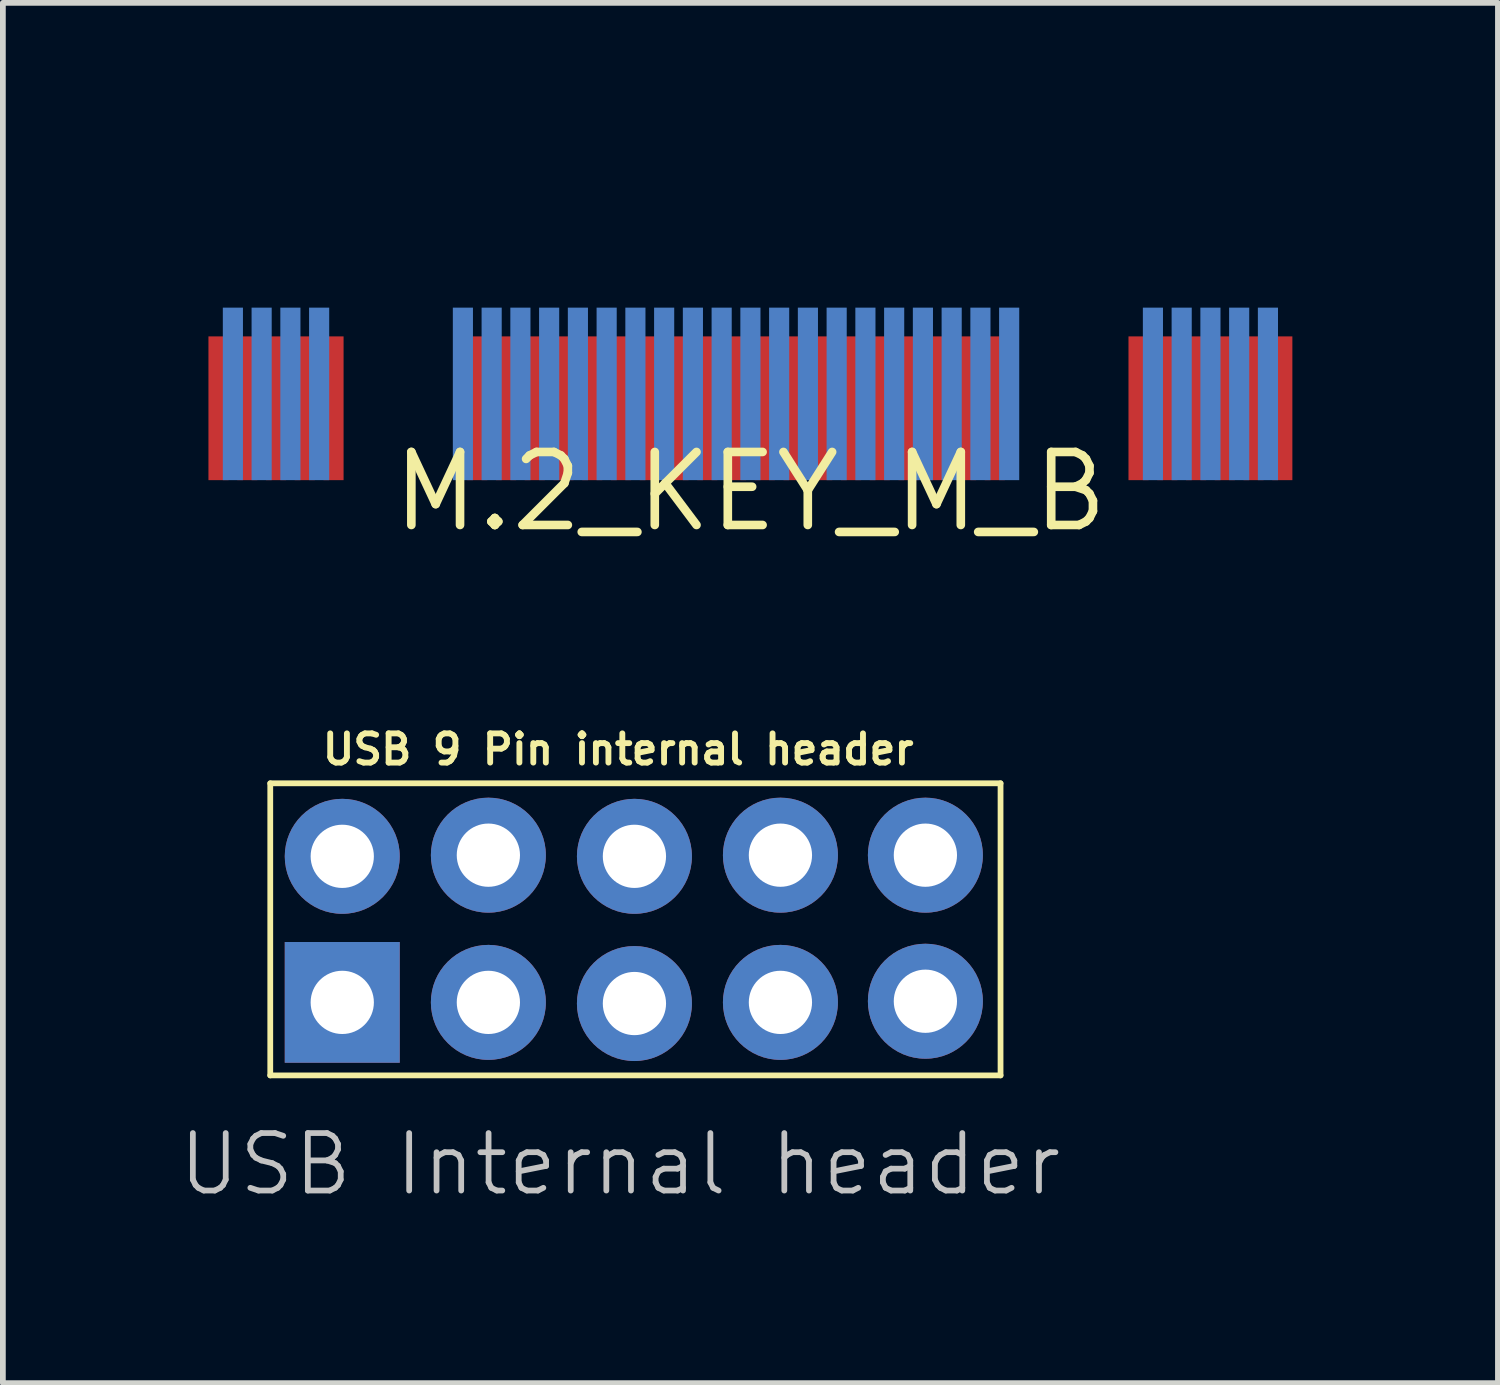
<source format=kicad_pcb>
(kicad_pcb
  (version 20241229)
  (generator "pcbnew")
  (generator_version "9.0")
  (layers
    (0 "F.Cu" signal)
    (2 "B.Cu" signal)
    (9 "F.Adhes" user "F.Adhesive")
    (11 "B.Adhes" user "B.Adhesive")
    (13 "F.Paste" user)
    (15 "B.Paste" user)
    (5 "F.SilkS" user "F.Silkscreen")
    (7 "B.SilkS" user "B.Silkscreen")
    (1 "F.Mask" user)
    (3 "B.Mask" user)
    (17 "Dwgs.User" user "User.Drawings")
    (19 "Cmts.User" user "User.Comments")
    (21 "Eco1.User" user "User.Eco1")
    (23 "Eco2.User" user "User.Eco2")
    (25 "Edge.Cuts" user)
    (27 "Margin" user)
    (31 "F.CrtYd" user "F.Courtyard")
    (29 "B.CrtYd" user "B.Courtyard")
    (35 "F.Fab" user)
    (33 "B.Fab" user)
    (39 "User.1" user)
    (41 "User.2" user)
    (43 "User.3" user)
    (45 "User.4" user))
  (footprint "USB 9 Pin internal header"
    (layer "F.Cu")
    (at 7.95 13.182)
    (property "Reference" "USB 9 Pin internal header" (at -0.25 -3.2 0) (unlocked yes) (layer "F.SilkS") (effects (font (size 0.508 0.508) (thickness 0.102) (bold yes))))
    (attr through_hole)
    (fp_line (start -6.3 -2.61) (end 6.4 -2.61) (stroke (width 0.1) (type solid)) (layer "F.SilkS"))
    (fp_line (start -6.3 2.47) (end -6.3 -2.61) (stroke (width 0.1) (type solid)) (layer "F.SilkS"))
    (fp_line (start 6.4 -2.61) (end 6.4 2.47) (stroke (width 0.1) (type solid)) (layer "F.SilkS"))
    (fp_line (start 6.4 2.47) (end -6.3 2.47) (stroke (width 0.1) (type solid)) (layer "F.SilkS"))
    (fp_text user "USB Internal header" (at -7.95 4.6 0) (unlocked yes) (layer "Dwgs.User") (effects (font (size 1 1) (thickness 0.1)) (justify left bottom)))
    (pad "1" thru_hole rect (at -5.048 1.2) (size 2 2.1) (drill 1.1) (layers "*.Cu" "*.Mask"))
    (pad "2" thru_hole circle (at -5.048 -1.34) (size 2 2) (drill 1.1) (layers "*.Cu" "*.Mask"))
    (pad "3" thru_hole circle (at -2.507 1.2) (size 2 2) (drill 1.1) (layers "*.Cu" "*.Mask"))
    (pad "4" thru_hole circle (at -2.507 -1.36) (size 2 2) (drill 1.1) (layers "*.Cu" "*.Mask"))
    (pad "5" thru_hole circle (at 0.033 1.22) (size 2 2) (drill 1.1) (layers "*.Cu" "*.Mask"))
    (pad "6" thru_hole circle (at 0.033 -1.34) (size 2 2) (drill 1.1) (layers "*.Cu" "*.Mask"))
    (pad "7" thru_hole circle (at 2.572 1.2) (size 2 2) (drill 1.1) (layers "*.Cu" "*.Mask"))
    (pad "8" thru_hole circle (at 2.572 -1.36) (size 2 2) (drill 1.1) (layers "*.Cu" "*.Mask"))
    (pad "9" thru_hole circle (at 5.093 1.18) (size 2 2) (drill 1.1) (layers "*.Cu" "*.Mask"))
    (pad "10" thru_hole circle (at 5.093 -1.36) (size 2 2) (drill 1.1) (layers "*.Cu" "*.Mask")))
  (footprint "M.2_KEY_M_B"
    (layer "F.Cu")
    (at 10 5.5)
    (property "Reference" "M.2_KEY_M_B" (at 0 0 0) (layer "F.SilkS") (effects (font (size 1.27 1.27) (thickness 0.15))))
    (attr through_hole)
    (pad "1" connect rect (at 9.25 -1.45) (size 0.35 2.5) (layers "F.Cu" "F.Mask"))
    (pad "2" connect rect (at 9 -1.7) (size 0.35 3) (layers "B.Cu" "B.Mask"))
    (pad "3" connect rect (at 8.75 -1.45) (size 0.35 2.5) (layers "F.Cu" "F.Mask"))
    (pad "4" connect rect (at 8.5 -1.7) (size 0.35 3) (layers "B.Cu" "B.Mask"))
    (pad "5" connect rect (at 8.25 -1.45) (size 0.35 2.5) (layers "F.Cu" "F.Mask"))
    (pad "6" connect rect (at 8 -1.7) (size 0.35 3) (layers "B.Cu" "B.Mask"))
    (pad "7" connect rect (at 7.75 -1.45) (size 0.35 2.5) (layers "F.Cu" "F.Mask"))
    (pad "8" connect rect (at 7.5 -1.7) (size 0.35 3) (layers "B.Cu" "B.Mask"))
    (pad "9" connect rect (at 7.25 -1.45) (size 0.35 2.5) (layers "F.Cu" "F.Mask"))
    (pad "10" connect rect (at 7 -1.7) (size 0.35 3) (layers "B.Cu" "B.Mask"))
    (pad "11" connect rect (at 6.75 -1.45) (size 0.35 2.5) (layers "F.Cu" "F.Mask"))
    (pad "20" connect rect (at 4.5 -1.7) (size 0.35 3) (layers "B.Cu" "B.Mask"))
    (pad "21" connect rect (at 4.25 -1.45) (size 0.35 2.5) (layers "F.Cu" "F.Mask"))
    (pad "22" connect rect (at 4 -1.7) (size 0.35 3) (layers "B.Cu" "B.Mask"))
    (pad "23" connect rect (at 3.75 -1.45) (size 0.35 2.5) (layers "F.Cu" "F.Mask"))
    (pad "24" connect rect (at 3.5 -1.7) (size 0.35 3) (layers "B.Cu" "B.Mask"))
    (pad "25" connect rect (at 3.25 -1.45) (size 0.35 2.5) (layers "F.Cu" "F.Mask"))
    (pad "26" connect rect (at 3 -1.7) (size 0.35 3) (layers "B.Cu" "B.Mask"))
    (pad "27" connect rect (at 2.75 -1.45) (size 0.35 2.5) (layers "F.Cu" "F.Mask"))
    (pad "28" connect rect (at 2.5 -1.7) (size 0.35 3) (layers "B.Cu" "B.Mask"))
    (pad "29" connect rect (at 2.25 -1.45) (size 0.35 2.5) (layers "F.Cu" "F.Mask"))
    (pad "30" connect rect (at 2 -1.7) (size 0.35 3) (layers "B.Cu" "B.Mask"))
    (pad "31" connect rect (at 1.75 -1.45) (size 0.35 2.5) (layers "F.Cu" "F.Mask"))
    (pad "32" connect rect (at 1.5 -1.7) (size 0.35 3) (layers "B.Cu" "B.Mask"))
    (pad "33" connect rect (at 1.25 -1.45) (size 0.35 2.5) (layers "F.Cu" "F.Mask"))
    (pad "34" connect rect (at 1 -1.7) (size 0.35 3) (layers "B.Cu" "B.Mask"))
    (pad "35" connect rect (at 0.75 -1.45) (size 0.35 2.5) (layers "F.Cu" "F.Mask"))
    (pad "36" connect rect (at 0.5 -1.7) (size 0.35 3) (layers "B.Cu" "B.Mask"))
    (pad "37" connect rect (at 0.25 -1.45) (size 0.35 2.5) (layers "F.Cu" "F.Mask"))
    (pad "38" connect rect (at 0 -1.7) (size 0.35 3) (layers "B.Cu" "B.Mask"))
    (pad "39" connect rect (at -0.25 -1.45) (size 0.35 2.5) (layers "F.Cu" "F.Mask"))
    (pad "40" connect rect (at -0.5 -1.7) (size 0.35 3) (layers "B.Cu" "B.Mask"))
    (pad "41" connect rect (at -0.75 -1.45) (size 0.35 2.5) (layers "F.Cu" "F.Mask"))
    (pad "42" connect rect (at -1 -1.7) (size 0.35 3) (layers "B.Cu" "B.Mask"))
    (pad "43" connect rect (at -1.25 -1.45) (size 0.35 2.5) (layers "F.Cu" "F.Mask"))
    (pad "44" connect rect (at -1.5 -1.7) (size 0.35 3) (layers "B.Cu" "B.Mask"))
    (pad "45" connect rect (at -1.75 -1.45) (size 0.35 2.5) (layers "F.Cu" "F.Mask"))
    (pad "46" connect rect (at -2 -1.7) (size 0.35 3) (layers "B.Cu" "B.Mask"))
    (pad "47" connect rect (at -2.25 -1.45) (size 0.35 2.5) (layers "F.Cu" "F.Mask"))
    (pad "48" connect rect (at -2.5 -1.7) (size 0.35 3) (layers "B.Cu" "B.Mask"))
    (pad "49" connect rect (at -2.75 -1.45) (size 0.35 2.5) (layers "F.Cu" "F.Mask"))
    (pad "50" connect rect (at -3 -1.7) (size 0.35 3) (layers "B.Cu" "B.Mask"))
    (pad "51" connect rect (at -3.25 -1.45) (size 0.35 2.5) (layers "F.Cu" "F.Mask"))
    (pad "52" connect rect (at -3.5 -1.7) (size 0.35 3) (layers "B.Cu" "B.Mask"))
    (pad "53" connect rect (at -3.75 -1.45) (size 0.35 2.5) (layers "F.Cu" "F.Mask"))
    (pad "54" connect rect (at -4 -1.7) (size 0.35 3) (layers "B.Cu" "B.Mask"))
    (pad "55" connect rect (at -4.25 -1.45) (size 0.35 2.5) (layers "F.Cu" "F.Mask"))
    (pad "56" connect rect (at -4.5 -1.7) (size 0.35 3) (layers "B.Cu" "B.Mask"))
    (pad "57" connect rect (at -4.75 -1.45) (size 0.35 2.5) (layers "F.Cu" "F.Mask"))
    (pad "58" connect rect (at -5 -1.7) (size 0.35 3) (layers "B.Cu" "B.Mask"))
    (pad "67" connect rect (at -7.25 -1.45) (size 0.35 2.5) (layers "F.Cu" "F.Mask"))
    (pad "68" connect rect (at -7.5 -1.7) (size 0.35 3) (layers "B.Cu" "B.Mask"))
    (pad "69" connect rect (at -7.75 -1.45) (size 0.35 2.5) (layers "F.Cu" "F.Mask"))
    (pad "70" connect rect (at -8 -1.7) (size 0.35 3) (layers "B.Cu" "B.Mask"))
    (pad "71" connect rect (at -8.25 -1.45) (size 0.35 2.5) (layers "F.Cu" "F.Mask"))
    (pad "72" connect rect (at -8.5 -1.7) (size 0.35 3) (layers "B.Cu" "B.Mask"))
    (pad "73" connect rect (at -8.75 -1.45) (size 0.35 2.5) (layers "F.Cu" "F.Mask"))
    (pad "74" connect rect (at -9 -1.7) (size 0.35 3) (layers "B.Cu" "B.Mask"))
    (pad "75" connect rect (at -9.25 -1.45) (size 0.35 2.5) (layers "F.Cu" "F.Mask"))
    (zone (net_name "") (layer "B.CrtYd") (hatch edge 0.5) (connect_pads) (min_thickness 0.25) (filled_areas_thickness no) (keepout (tracks allowed) (vias allowed) (pads not_allowed) (copperpour allowed) (footprints not_allowed)) (placement (enabled no)) (fill) (polygon (pts (xy 16.2 5.5) (xy 16.2 2.6) (xy 16.2 2.566) (xy 16.192 2.499) (xy 16.177 2.434) (xy 16.155 2.37) (xy 16.126 2.31) (xy 16.09 2.253) (xy 16.048 2.2) (xy 16 2.152) (xy 15.947 2.11) (xy 15.89 2.074) (xy 15.83 2.045) (xy 15.766 2.023) (xy 15.701 2.008) (xy 15.634 2) (xy 15.6 2) (xy 15.566 2) (xy 15.499 2.008) (xy 15.434 2.023) (xy 15.37 2.045) (xy 15.31 2.074) (xy 15.253 2.11) (xy 15.2 2.152) (xy 15.152 2.2) (xy 15.11 2.253) (xy 15.074 2.31) (xy 15.045 2.37) (xy 15.023 2.434) (xy 15.008 2.499) (xy 15 2.566) (xy 15 2.6) (xy 15 5.5) (xy 4.475 5.5) (xy 4.475 2.6) (xy 4.475 2.566) (xy 4.467 2.499) (xy 4.452 2.434) (xy 4.43 2.37) (xy 4.401 2.31) (xy 4.365 2.253) (xy 4.323 2.2) (xy 4.275 2.152) (xy 4.222 2.11) (xy 4.165 2.074) (xy 4.105 2.045) (xy 4.041 2.023) (xy 3.976 2.008) (xy 3.909 2) (xy 3.875 2) (xy 3.841 2) (xy 3.774 2.008) (xy 3.709 2.023) (xy 3.645 2.045) (xy 3.585 2.074) (xy 3.528 2.11) (xy 3.475 2.152) (xy 3.427 2.2) (xy 3.385 2.253) (xy 3.349 2.31) (xy 3.32 2.37) (xy 3.298 2.434) (xy 3.283 2.499) (xy 3.275 2.566) (xy 3.275 2.6) (xy 3.275 5.5) (xy 0.25 5.5) (xy 0.23 5.5) (xy 0.192 5.492) (xy 0.155 5.477) (xy 0.123 5.455) (xy 0.095 5.427) (xy 0.073 5.395) (xy 0.058 5.358) (xy 0.05 5.32) (xy 0.05 5.3) (xy 0 0) (xy 20 0) (xy 19.95 5.3) (xy 19.95 5.32) (xy 19.942 5.358) (xy 19.927 5.395) (xy 19.905 5.427) (xy 19.877 5.455) (xy 19.845 5.477) (xy 19.808 5.492) (xy 19.77 5.5) (xy 19.75 5.5))))
    (zone (net_name "") (layer "F.CrtYd") (hatch edge 0.5) (connect_pads) (min_thickness 0.25) (filled_areas_thickness no) (keepout (tracks allowed) (vias allowed) (pads not_allowed) (copperpour allowed) (footprints not_allowed)) (placement (enabled no)) (fill) (polygon (pts (xy 16.2 5.5) (xy 16.2 2.6) (xy 16.2 2.566) (xy 16.192 2.499) (xy 16.177 2.434) (xy 16.155 2.37) (xy 16.126 2.31) (xy 16.09 2.253) (xy 16.048 2.2) (xy 16 2.152) (xy 15.947 2.11) (xy 15.89 2.074) (xy 15.83 2.045) (xy 15.766 2.023) (xy 15.701 2.008) (xy 15.634 2) (xy 15.6 2) (xy 15.566 2) (xy 15.499 2.008) (xy 15.434 2.023) (xy 15.37 2.045) (xy 15.31 2.074) (xy 15.253 2.11) (xy 15.2 2.152) (xy 15.152 2.2) (xy 15.11 2.253) (xy 15.074 2.31) (xy 15.045 2.37) (xy 15.023 2.434) (xy 15.008 2.499) (xy 15 2.566) (xy 15 2.6) (xy 15 5.5) (xy 4.475 5.5) (xy 4.475 2.6) (xy 4.475 2.566) (xy 4.467 2.499) (xy 4.452 2.434) (xy 4.43 2.37) (xy 4.401 2.31) (xy 4.365 2.253) (xy 4.323 2.2) (xy 4.275 2.152) (xy 4.222 2.11) (xy 4.165 2.074) (xy 4.105 2.045) (xy 4.041 2.023) (xy 3.976 2.008) (xy 3.909 2) (xy 3.875 2) (xy 3.841 2) (xy 3.774 2.008) (xy 3.709 2.023) (xy 3.645 2.045) (xy 3.585 2.074) (xy 3.528 2.11) (xy 3.475 2.152) (xy 3.427 2.2) (xy 3.385 2.253) (xy 3.349 2.31) (xy 3.32 2.37) (xy 3.298 2.434) (xy 3.283 2.499) (xy 3.275 2.566) (xy 3.275 2.6) (xy 3.275 5.5) (xy 0.25 5.5) (xy 0.23 5.5) (xy 0.192 5.492) (xy 0.155 5.477) (xy 0.123 5.455) (xy 0.095 5.427) (xy 0.073 5.395) (xy 0.058 5.358) (xy 0.05 5.32) (xy 0.05 5.3) (xy 0.05 0) (xy 20 0) (xy 19.95 5.3) (xy 19.95 5.32) (xy 19.942 5.358) (xy 19.927 5.395) (xy 19.905 5.427) (xy 19.877 5.455) (xy 19.845 5.477) (xy 19.808 5.492) (xy 19.77 5.5) (xy 19.75 5.5)))))
  (gr_rect
    (start -3 -3)
    (end 23 21.003)
    (stroke (width 0.1) (type default))
    (fill no)
    (layer "Edge.Cuts")))
</source>
